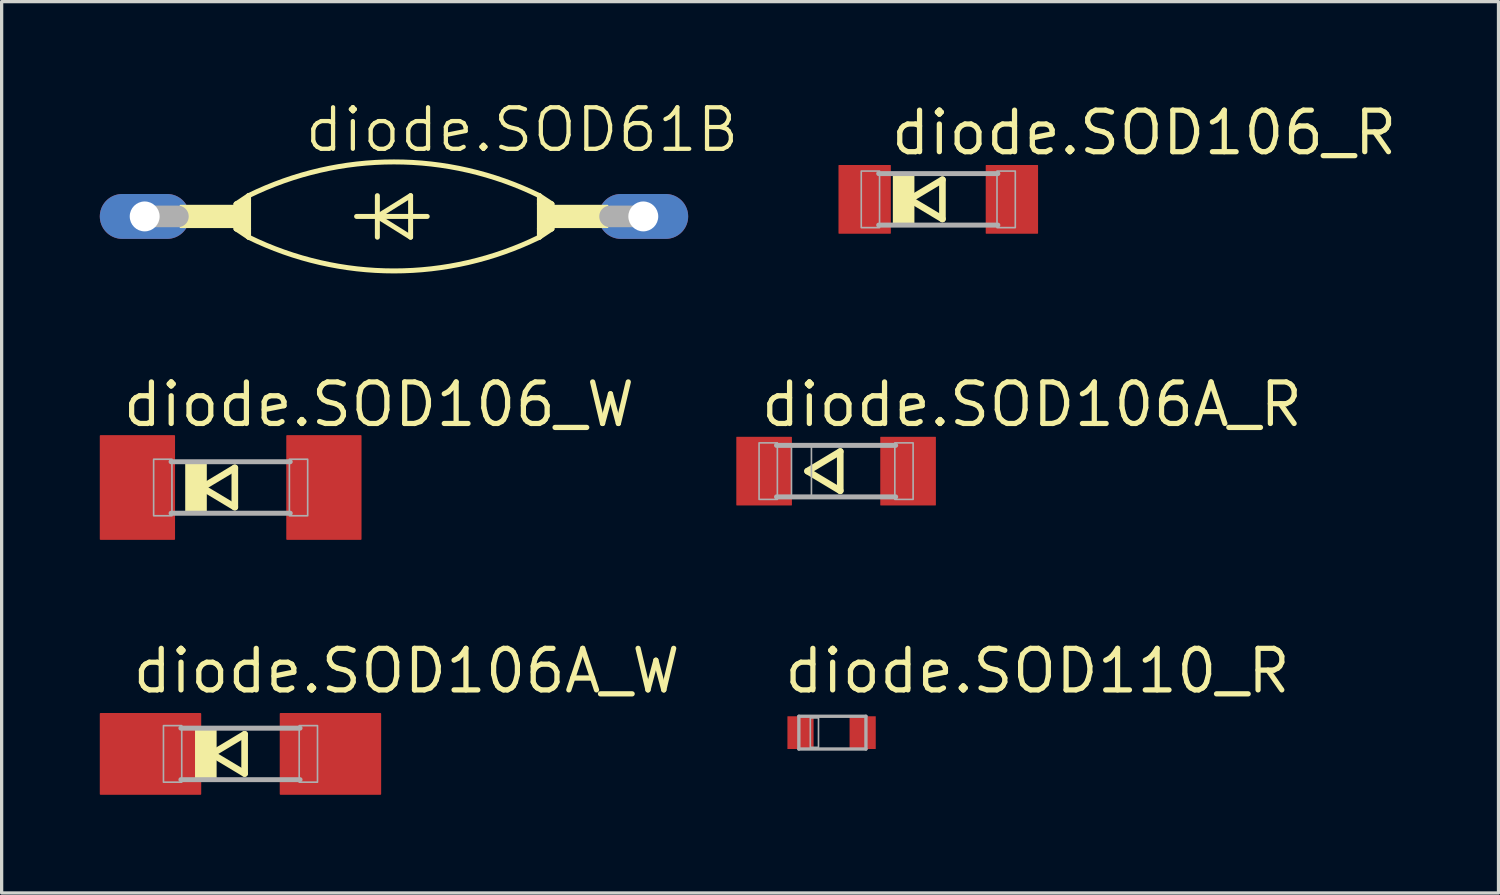
<source format=kicad_pcb>
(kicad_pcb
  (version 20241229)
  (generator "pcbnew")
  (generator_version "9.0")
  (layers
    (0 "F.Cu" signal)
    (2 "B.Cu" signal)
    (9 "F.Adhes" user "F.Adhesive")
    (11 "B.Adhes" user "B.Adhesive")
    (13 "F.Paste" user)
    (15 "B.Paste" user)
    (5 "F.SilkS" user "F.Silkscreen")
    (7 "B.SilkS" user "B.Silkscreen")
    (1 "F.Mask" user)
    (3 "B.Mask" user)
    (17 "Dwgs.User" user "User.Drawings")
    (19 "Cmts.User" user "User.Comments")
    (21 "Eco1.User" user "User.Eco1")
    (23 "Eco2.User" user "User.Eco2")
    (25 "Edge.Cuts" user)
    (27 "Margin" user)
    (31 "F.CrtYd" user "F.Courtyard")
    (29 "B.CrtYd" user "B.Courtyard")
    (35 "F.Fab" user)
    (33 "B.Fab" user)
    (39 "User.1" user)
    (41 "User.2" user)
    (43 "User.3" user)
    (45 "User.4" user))
  (footprint "diode.SOD106A_W"
    (layer "F.Cu")
    (at 4.3 19.993)
    (property "Reference" "diode.SOD106A_W" (at -3.374 -1.793 0) (layer "F.SilkS") (effects (font (size 1.27 1.27) (thickness 0.16)) (justify left bottom)))
    (attr smd)
    (fp_line (start -0.873 0) (end 0.127 0.6) (stroke (width 0.203) (type default)) (layer "F.SilkS"))
    (fp_line (start 0.127 -0.6) (end -0.873 0) (stroke (width 0.203) (type default)) (layer "F.SilkS"))
    (fp_line (start 0.127 0.6) (end 0.127 -0.6) (stroke (width 0.203) (type default)) (layer "F.SilkS"))
    (fp_rect (start -1.364 0.787) (end -0.754 -0.787) (stroke (width 0.05) (type default)) (fill yes) (layer "F.SilkS"))
    (fp_line (start 1.821 -0.787) (end -1.821 -0.787) (stroke (width 0.152) (type default)) (layer "F.Fab"))
    (fp_line (start 1.821 0.787) (end -1.821 0.787) (stroke (width 0.152) (type default)) (layer "F.Fab"))
    (fp_rect (start -2.354 0.864) (end -1.795 -0.864) (stroke (width 0.05) (type default)) (fill no) (layer "F.Fab"))
    (fp_rect (start 1.795 0.864) (end 2.354 -0.864) (stroke (width 0.05) (type default)) (fill no) (layer "F.Fab"))
    (pad "A" smd roundrect (at 2.75 0) (size 3.1 2.5) (layers "F.Cu" "F.Mask" "F.Paste") (roundrect_rratio 0.01))
    (pad "C" smd roundrect (at -2.75 0) (size 3.1 2.5) (layers "F.Cu" "F.Mask" "F.Paste") (roundrect_rratio 0.01)))
  (footprint "diode.SOD106A_R"
    (layer "F.Cu")
    (at 22.505 11.35)
    (property "Reference" "diode.SOD106A_R" (at -2.374 -1.293 0) (layer "F.SilkS") (effects (font (size 1.27 1.27) (thickness 0.16)) (justify left bottom)))
    (attr smd)
    (fp_line (start -0.873 0) (end 0.127 0.6) (stroke (width 0.203) (type default)) (layer "F.SilkS"))
    (fp_line (start 0.127 -0.6) (end -0.873 0) (stroke (width 0.203) (type default)) (layer "F.SilkS"))
    (fp_line (start 0.127 0.6) (end 0.127 -0.6) (stroke (width 0.203) (type default)) (layer "F.SilkS"))
    (fp_line (start 1.821 -0.787) (end -1.821 -0.787) (stroke (width 0.152) (type default)) (layer "F.Fab"))
    (fp_line (start 1.821 0.787) (end -1.821 0.787) (stroke (width 0.152) (type default)) (layer "F.Fab"))
    (fp_rect (start -2.354 0.864) (end -1.795 -0.864) (stroke (width 0.05) (type default)) (fill no) (layer "F.Fab"))
    (fp_rect (start -1.364 0.787) (end -0.754 -0.787) (stroke (width 0.05) (type default)) (fill no) (layer "F.Fab"))
    (fp_rect (start 1.795 0.864) (end 2.354 -0.864) (stroke (width 0.05) (type default)) (fill no) (layer "F.Fab"))
    (pad "A" smd roundrect (at 2.2 0) (size 1.7 2.1) (layers "F.Cu" "F.Mask" "F.Paste") (roundrect_rratio 0.01))
    (pad "C" smd roundrect (at -2.2 0) (size 1.7 2.1) (layers "F.Cu" "F.Mask" "F.Paste") (roundrect_rratio 0.01)))
  (footprint "diode.SOD106_R"
    (layer "F.Cu")
    (at 25.628 3.043)
    (property "Reference" "diode.SOD106_R" (at -1.524 -1.293 0) (layer "F.SilkS") (effects (font (size 1.27 1.27) (thickness 0.16)) (justify left bottom)))
    (attr smd)
    (fp_line (start -0.873 0) (end 0.127 0.6) (stroke (width 0.203) (type default)) (layer "F.SilkS"))
    (fp_line (start 0.127 -0.6) (end -0.873 0) (stroke (width 0.203) (type default)) (layer "F.SilkS"))
    (fp_line (start 0.127 0.6) (end 0.127 -0.6) (stroke (width 0.203) (type default)) (layer "F.SilkS"))
    (fp_rect (start -1.364 0.787) (end -0.754 -0.787) (stroke (width 0.05) (type default)) (fill yes) (layer "F.SilkS"))
    (fp_line (start 1.821 -0.787) (end -1.821 -0.787) (stroke (width 0.152) (type default)) (layer "F.Fab"))
    (fp_line (start 1.821 0.787) (end -1.821 0.787) (stroke (width 0.152) (type default)) (layer "F.Fab"))
    (fp_rect (start -2.354 0.864) (end -1.795 -0.864) (stroke (width 0.05) (type default)) (fill no) (layer "F.Fab"))
    (fp_rect (start 1.795 0.864) (end 2.354 -0.864) (stroke (width 0.05) (type default)) (fill no) (layer "F.Fab"))
    (pad "A" smd roundrect (at 2.25 0) (size 1.6 2.1) (layers "F.Cu" "F.Mask" "F.Paste") (roundrect_rratio 0.01))
    (pad "C" smd roundrect (at -2.25 0) (size 1.6 2.1) (layers "F.Cu" "F.Mask" "F.Paste") (roundrect_rratio 0.01)))
  (footprint "diode.SOD106_W"
    (layer "F.Cu")
    (at 4 11.85)
    (property "Reference" "diode.SOD106_W" (at -3.374 -1.793 0) (layer "F.SilkS") (effects (font (size 1.27 1.27) (thickness 0.16)) (justify left bottom)))
    (attr smd)
    (fp_line (start -0.873 0) (end 0.127 0.6) (stroke (width 0.203) (type default)) (layer "F.SilkS"))
    (fp_line (start 0.127 -0.6) (end -0.873 0) (stroke (width 0.203) (type default)) (layer "F.SilkS"))
    (fp_line (start 0.127 0.6) (end 0.127 -0.6) (stroke (width 0.203) (type default)) (layer "F.SilkS"))
    (fp_rect (start -1.364 0.787) (end -0.754 -0.787) (stroke (width 0.05) (type default)) (fill yes) (layer "F.SilkS"))
    (fp_line (start 1.821 -0.787) (end -1.821 -0.787) (stroke (width 0.152) (type default)) (layer "F.Fab"))
    (fp_line (start 1.821 0.787) (end -1.821 0.787) (stroke (width 0.152) (type default)) (layer "F.Fab"))
    (fp_rect (start -2.354 0.864) (end -1.795 -0.864) (stroke (width 0.05) (type default)) (fill no) (layer "F.Fab"))
    (fp_rect (start 1.795 0.864) (end 2.354 -0.864) (stroke (width 0.05) (type default)) (fill no) (layer "F.Fab"))
    (pad "A" smd roundrect (at 2.85 0) (size 2.3 3.2) (layers "F.Cu" "F.Mask" "F.Paste") (roundrect_rratio 0.01))
    (pad "C" smd roundrect (at -2.85 0) (size 2.3 3.2) (layers "F.Cu" "F.Mask" "F.Paste") (roundrect_rratio 0.01)))
  (footprint "diode.SOD110_R"
    (layer "F.Cu")
    (at 22.367 19.343)
    (property "Reference" "diode.SOD110_R" (at -1.524 -1.143 0) (layer "F.SilkS") (effects (font (size 1.27 1.27) (thickness 0.16)) (justify left bottom)))
    (attr smd)
    (fp_line (start -1 -0.5) (end 1.05 -0.5) (stroke (width 0.102) (type default)) (layer "F.Fab"))
    (fp_line (start -1 0.5) (end -1 -0.5) (stroke (width 0.102) (type default)) (layer "F.Fab"))
    (fp_line (start 1.05 -0.5) (end 1.05 0.5) (stroke (width 0.102) (type default)) (layer "F.Fab"))
    (fp_line (start 1.05 0.5) (end -1 0.5) (stroke (width 0.102) (type default)) (layer "F.Fab"))
    (fp_rect (start -0.65 0.45) (end -0.4 -0.45) (stroke (width 0.05) (type default)) (fill no) (layer "F.Fab"))
    (pad "A" smd roundrect (at 0.95 0) (size 0.8 1) (layers "F.Cu" "F.Mask" "F.Paste") (roundrect_rratio 0.01))
    (pad "C" smd roundrect (at -0.95 0) (size 0.8 1) (layers "F.Cu" "F.Mask" "F.Paste") (roundrect_rratio 0.01)))
  (footprint "diode.SOD61B"
    (layer "F.Cu")
    (at 8.992 3.565)
    (property "Reference" "diode.SOD61B" (at -2.794 -1.905 0) (layer "F.SilkS") (effects (font (size 1.27 1.27) (thickness 0.13)) (justify left bottom)))
    (attr through_hole)
    (fp_line (start -4.826 -0.381) (end -4.826 0.381) (stroke (width 0.152) (type default)) (layer "F.SilkS"))
    (fp_line (start -4.826 -0.381) (end -4.699 -0.381) (stroke (width 0.152) (type default)) (layer "F.SilkS"))
    (fp_line (start -4.826 0.381) (end -4.699 0.381) (stroke (width 0.152) (type default)) (layer "F.SilkS"))
    (fp_line (start -4.826 0.381) (end -4.445 0.635) (stroke (width 0.152) (type default)) (layer "F.SilkS"))
    (fp_line (start -4.699 -0.381) (end -4.445 -0.381) (stroke (width 0.152) (type default)) (layer "F.SilkS"))
    (fp_line (start -4.699 0.381) (end -4.445 0.381) (stroke (width 0.152) (type default)) (layer "F.SilkS"))
    (fp_line (start -4.445 -0.635) (end -4.826 -0.381) (stroke (width 0.152) (type default)) (layer "F.SilkS"))
    (fp_line (start -4.445 -0.635) (end -4.445 -0.508) (stroke (width 0.152) (type default)) (layer "F.SilkS"))
    (fp_line (start -4.445 -0.508) (end -4.699 -0.381) (stroke (width 0.152) (type default)) (layer "F.SilkS"))
    (fp_line (start -4.445 -0.508) (end -4.445 -0.381) (stroke (width 0.152) (type default)) (layer "F.SilkS"))
    (fp_line (start -4.445 -0.381) (end -4.445 0.381) (stroke (width 0.152) (type default)) (layer "F.SilkS"))
    (fp_line (start -4.445 0.381) (end -4.445 0.508) (stroke (width 0.152) (type default)) (layer "F.SilkS"))
    (fp_line (start -4.445 0.508) (end -4.699 0.381) (stroke (width 0.152) (type default)) (layer "F.SilkS"))
    (fp_line (start -4.445 0.508) (end -4.445 0.635) (stroke (width 0.152) (type default)) (layer "F.SilkS"))
    (fp_line (start -1.143 0) (end -0.508 0) (stroke (width 0.152) (type default)) (layer "F.SilkS"))
    (fp_line (start -0.508 -0.635) (end -0.508 0) (stroke (width 0.152) (type default)) (layer "F.SilkS"))
    (fp_line (start -0.508 0) (end -0.508 0.635) (stroke (width 0.152) (type default)) (layer "F.SilkS"))
    (fp_line (start -0.508 0) (end 0.508 -0.635) (stroke (width 0.152) (type default)) (layer "F.SilkS"))
    (fp_line (start -0.508 0) (end 1.016 0) (stroke (width 0.152) (type default)) (layer "F.SilkS"))
    (fp_line (start 0.508 -0.635) (end 0.508 0.635) (stroke (width 0.152) (type default)) (layer "F.SilkS"))
    (fp_line (start 0.508 0.635) (end -0.508 0) (stroke (width 0.152) (type default)) (layer "F.SilkS"))
    (fp_line (start 4.445 -0.635) (end 4.826 -0.381) (stroke (width 0.152) (type default)) (layer "F.SilkS"))
    (fp_line (start 4.445 -0.508) (end 4.445 -0.635) (stroke (width 0.152) (type default)) (layer "F.SilkS"))
    (fp_line (start 4.445 -0.508) (end 4.699 -0.381) (stroke (width 0.152) (type default)) (layer "F.SilkS"))
    (fp_line (start 4.445 -0.381) (end 4.445 -0.508) (stroke (width 0.152) (type default)) (layer "F.SilkS"))
    (fp_line (start 4.445 0.381) (end 4.445 -0.381) (stroke (width 0.152) (type default)) (layer "F.SilkS"))
    (fp_line (start 4.445 0.508) (end 4.445 0.381) (stroke (width 0.152) (type default)) (layer "F.SilkS"))
    (fp_line (start 4.445 0.508) (end 4.699 0.381) (stroke (width 0.152) (type default)) (layer "F.SilkS"))
    (fp_line (start 4.445 0.635) (end 4.445 0.508) (stroke (width 0.152) (type default)) (layer "F.SilkS"))
    (fp_line (start 4.445 0.635) (end 4.826 0.381) (stroke (width 0.152) (type default)) (layer "F.SilkS"))
    (fp_line (start 4.699 -0.381) (end 4.445 -0.381) (stroke (width 0.152) (type default)) (layer "F.SilkS"))
    (fp_line (start 4.699 0.381) (end 4.445 0.381) (stroke (width 0.152) (type default)) (layer "F.SilkS"))
    (fp_line (start 4.826 -0.381) (end 4.699 -0.381) (stroke (width 0.152) (type default)) (layer "F.SilkS"))
    (fp_line (start 4.826 -0.381) (end 4.826 0.381) (stroke (width 0.152) (type default)) (layer "F.SilkS"))
    (fp_line (start 4.826 0.381) (end 4.699 0.381) (stroke (width 0.152) (type default)) (layer "F.SilkS"))
    (fp_rect (start -6.528 0.33) (end -4.826 -0.33) (stroke (width 0.05) (type default)) (fill yes) (layer "F.SilkS"))
    (fp_rect (start -4.826 0.381) (end -4.445 -0.381) (stroke (width 0.05) (type default)) (fill yes) (layer "F.SilkS"))
    (fp_rect (start 4.445 0.381) (end 4.826 -0.381) (stroke (width 0.05) (type default)) (fill yes) (layer "F.SilkS"))
    (fp_rect (start 4.826 0.33) (end 6.528 -0.33) (stroke (width 0.05) (type default)) (fill yes) (layer "F.SilkS"))
    (fp_arc (start -4.445 -0.635) (mid -0.001166 -1.665851) (end 4.4429 -0.636) (stroke (width 0.1524) (type default)) (layer "F.SilkS"))
    (fp_arc (start 4.445 0.635) (mid 0.001166 1.665851) (end -4.4429 0.636) (stroke (width 0.1524) (type default)) (layer "F.SilkS"))
    (fp_line (start -7.62 0) (end -6.604 0) (stroke (width 0.66) (type default)) (layer "F.Fab"))
    (fp_line (start 7.62 0) (end 6.604 0) (stroke (width 0.66) (type default)) (layer "F.Fab"))
    (pad "A" thru_hole oval (at 7.62 0) (size 2.743 1.372) (drill 0.914) (layers "*.Cu" "*.Mask"))
    (pad "C" thru_hole oval (at -7.62 0) (size 2.743 1.372) (drill 0.914) (layers "*.Cu" "*.Mask")))
  (gr_rect
    (start -3 -3)
    (end 42.751 24.243)
    (stroke (width 0.1) (type default))
    (fill no)
    (layer "Edge.Cuts")))
</source>
